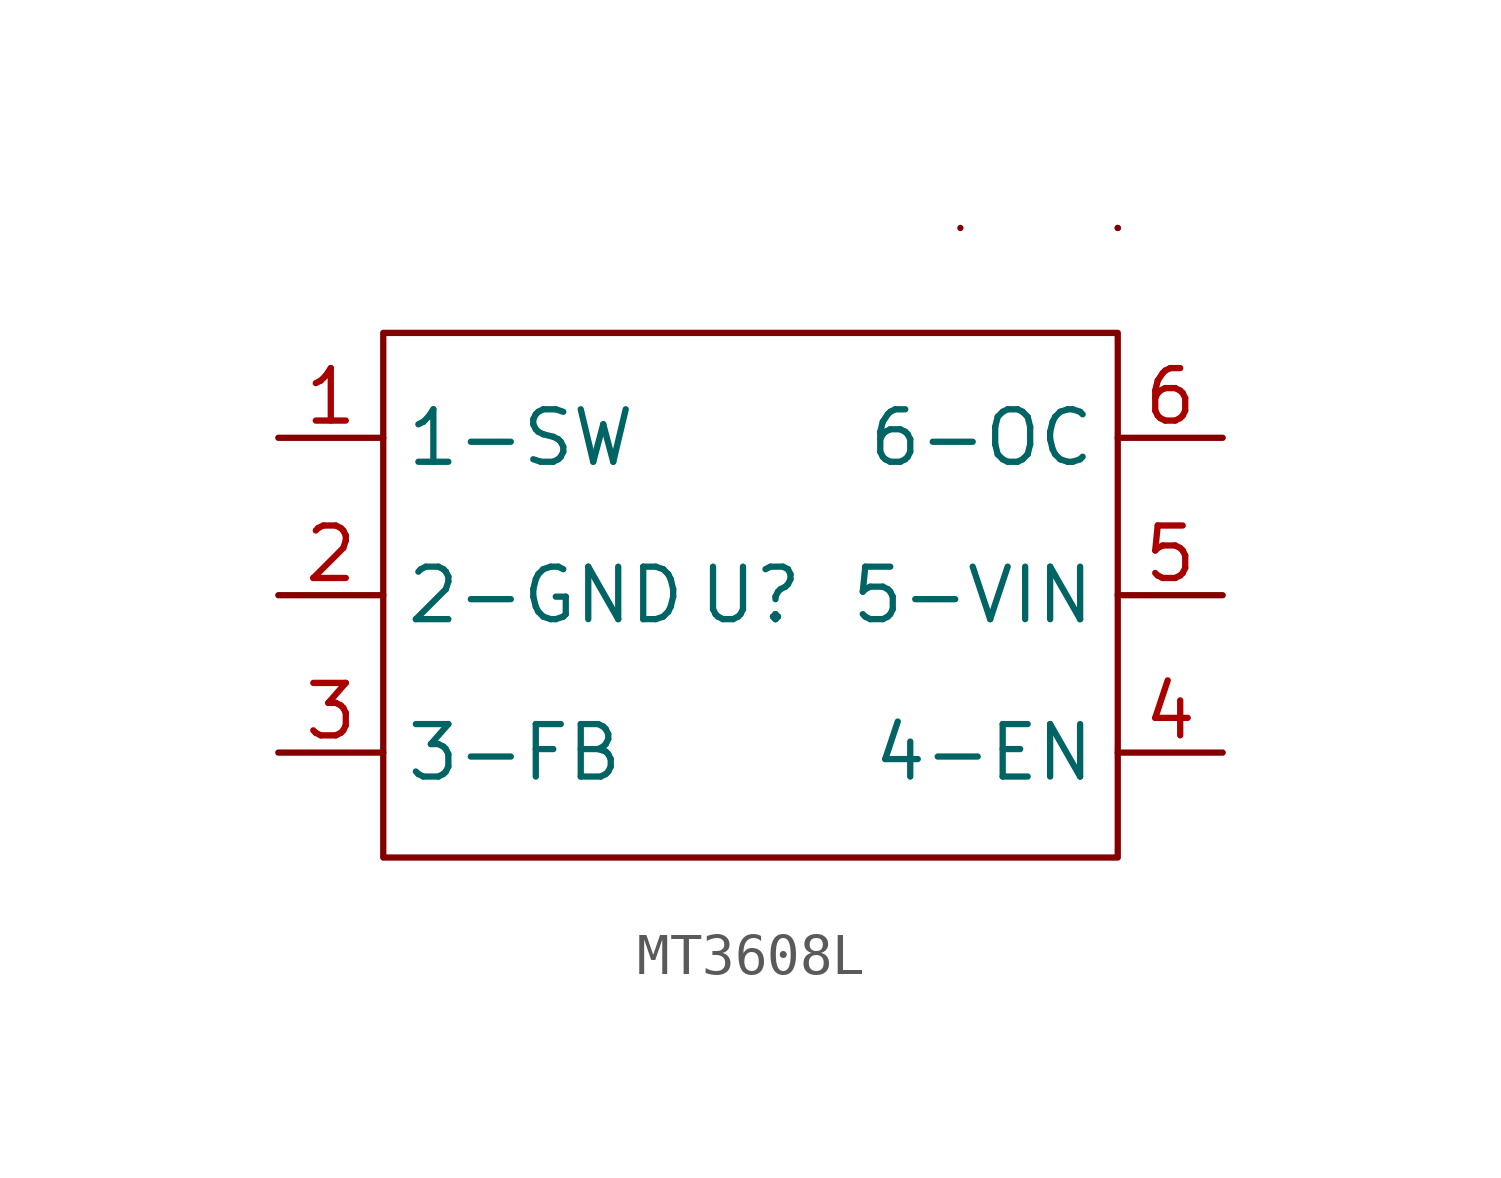
<source format=kicad_sym>
(kicad_symbol_lib
  (version 20241209)
  (generator "kicad_symbol_editor")
  (generator_version "9.0")
  (symbol "MT3608L"
    (property "Reference" "U"
      (at 0 0 0)
      (effects (font (size 1.27 1.27))))
    (property "Value" ""
      (at 0 0 0)
      (effects (font (size 1.27 1.27))))
    (symbol "MT3608L_0_1"
      (polyline (pts (xy 5.08 8.89) (xy 5.08 8.89)) (stroke (width 0) (type default)) (fill (type none)))
      (polyline (pts (xy 8.89 8.89) (xy 8.89 8.89)) (stroke (width 0) (type default)) (fill (type none)))
      (polyline (pts (xy 8.89 8.89) (xy 8.89 8.89)) (stroke (width 0) (type default)) (fill (type none)))
      (polyline (pts (xy 8.89 6.35) (xy 8.89 -6.35) (xy -8.89 -6.35) (xy -8.89 6.35) (xy 8.89 6.35)) (stroke (width 0) (type default)) (fill (type none))))
    (symbol "MT3608L_1_1"
      (pin input line (at -11.43 3.81 0) (length 2.54) (name "1-SW" (effects (font (size 1.27 1.27)))) (number "1" (effects (font (size 1.27 1.27)))))
      (pin input line (at -11.43 0 0) (length 2.54) (name "2-GND" (effects (font (size 1.27 1.27)))) (number "2" (effects (font (size 1.27 1.27)))))
      (pin input line (at -11.43 -3.81 0) (length 2.54) (name "3-FB" (effects (font (size 1.27 1.27)))) (number "3" (effects (font (size 1.27 1.27)))))
      (pin input line (at 11.43 3.81 180) (length 2.54) (name "6-OC" (effects (font (size 1.27 1.27)))) (number "6" (effects (font (size 1.27 1.27)))))
      (pin input line (at 11.43 0 180) (length 2.54) (name "5-VIN" (effects (font (size 1.27 1.27)))) (number "5" (effects (font (size 1.27 1.27)))))
      (pin input line (at 11.43 -3.81 180) (length 2.54) (name "4-EN" (effects (font (size 1.27 1.27)))) (number "4" (effects (font (size 1.27 1.27))))))))
</source>
